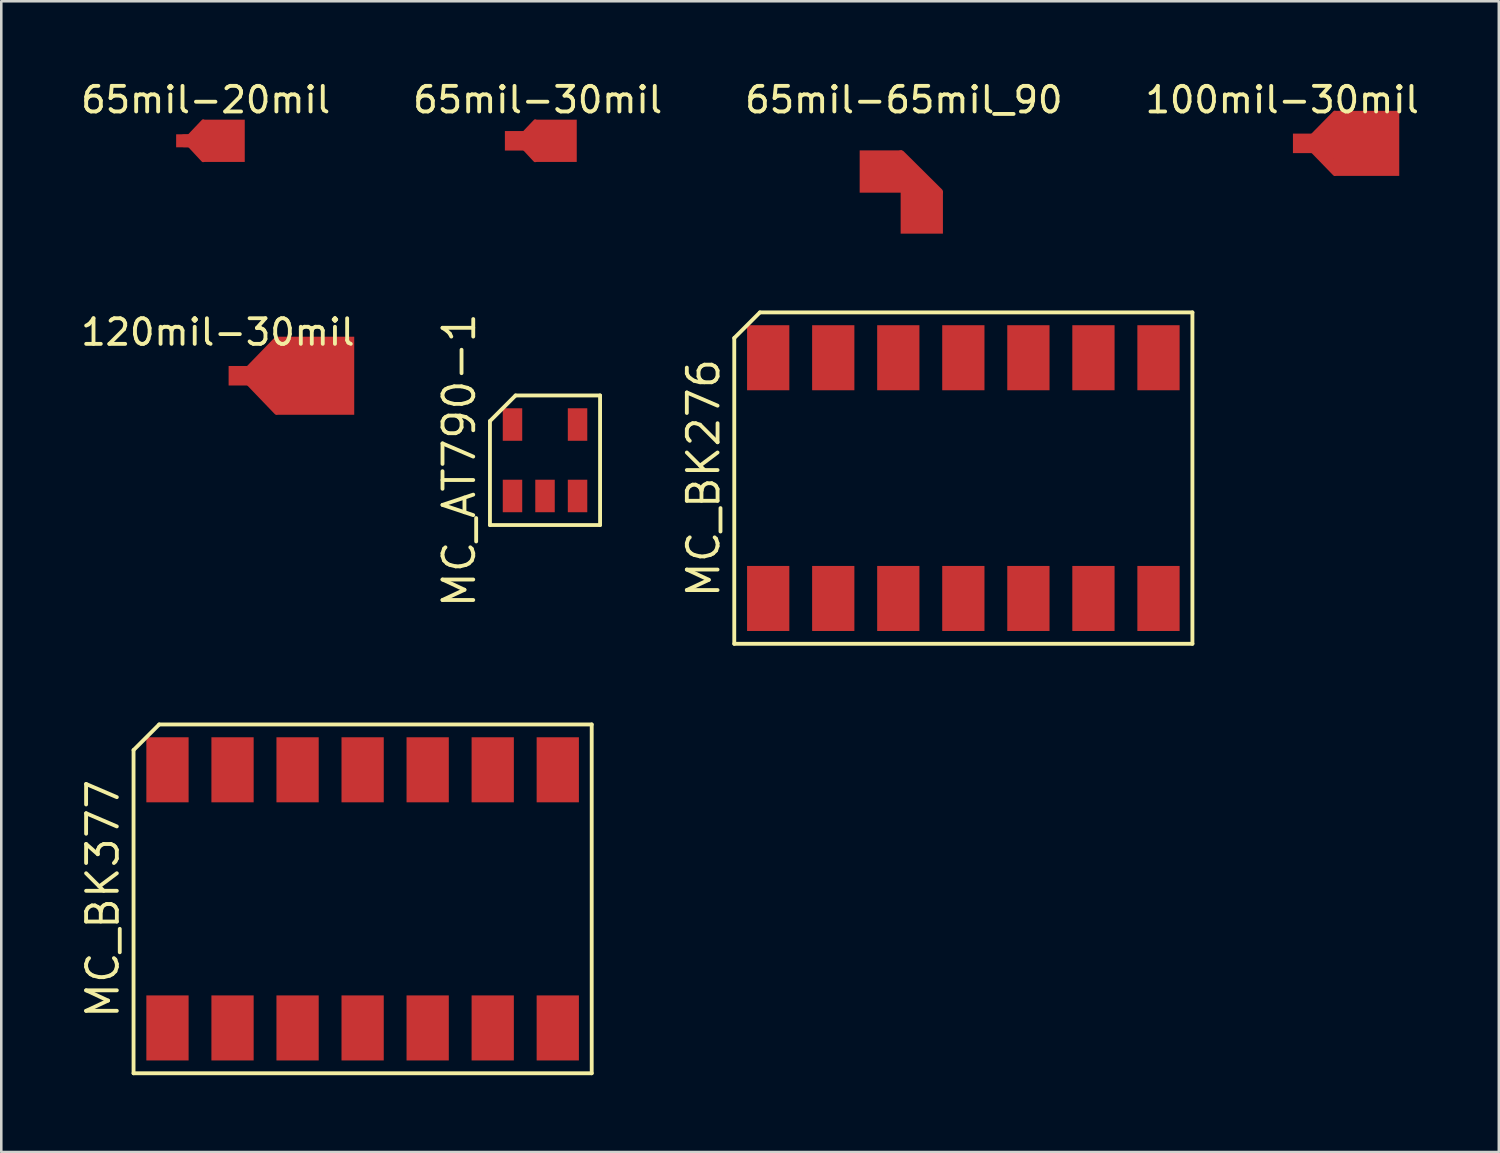
<source format=kicad_pcb>
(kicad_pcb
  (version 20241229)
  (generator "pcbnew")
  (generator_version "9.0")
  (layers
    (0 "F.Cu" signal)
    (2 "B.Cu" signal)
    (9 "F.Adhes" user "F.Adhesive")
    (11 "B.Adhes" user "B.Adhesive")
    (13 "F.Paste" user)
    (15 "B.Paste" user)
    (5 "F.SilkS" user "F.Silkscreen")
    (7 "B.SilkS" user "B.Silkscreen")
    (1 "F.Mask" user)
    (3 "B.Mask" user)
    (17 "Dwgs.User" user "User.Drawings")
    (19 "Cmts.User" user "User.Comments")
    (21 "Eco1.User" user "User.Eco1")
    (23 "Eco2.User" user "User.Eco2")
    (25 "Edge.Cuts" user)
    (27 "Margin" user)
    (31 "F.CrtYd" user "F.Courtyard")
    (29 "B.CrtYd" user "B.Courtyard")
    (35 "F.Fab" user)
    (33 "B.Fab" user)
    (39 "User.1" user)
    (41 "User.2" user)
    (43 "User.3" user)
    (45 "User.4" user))
  (footprint "MC_BK377"
    (layer "F.Cu")
    (at 11.11 32.049)
    (property "Reference" "MC_BK377" (at -10.145 0 90) (layer "F.SilkS") (effects (font (size 1.2 1.2) (thickness 0.15))))
    (attr through_hole)
    (fp_line (start -8.945 -5.81) (end -8.945 6.81) (stroke (width 0.15) (type solid)) (layer "F.SilkS"))
    (fp_line (start -8.945 6.81) (end 8.945 6.81) (stroke (width 0.15) (type solid)) (layer "F.SilkS"))
    (fp_line (start -7.945 -6.81) (end -8.945 -5.81) (stroke (width 0.15) (type solid)) (layer "F.SilkS"))
    (fp_line (start 8.945 -6.81) (end -7.945 -6.81) (stroke (width 0.15) (type solid)) (layer "F.SilkS"))
    (fp_line (start 8.945 6.81) (end 8.945 -6.81) (stroke (width 0.15) (type solid)) (layer "F.SilkS"))
    (pad "1" smd rect (at -7.62 5.04) (size 1.65 2.54) (layers "F.Cu" "F.Mask" "F.Paste"))
    (pad "2" smd rect (at -5.08 5.04) (size 1.65 2.54) (layers "F.Cu" "F.Mask" "F.Paste"))
    (pad "3" smd rect (at -2.54 5.04) (size 1.65 2.54) (layers "F.Cu" "F.Mask" "F.Paste"))
    (pad "4" smd rect (at 0 5.04) (size 1.65 2.54) (layers "F.Cu" "F.Mask" "F.Paste"))
    (pad "5" smd rect (at 2.54 5.04) (size 1.65 2.54) (layers "F.Cu" "F.Mask" "F.Paste"))
    (pad "6" smd rect (at 5.08 5.04) (size 1.65 2.54) (layers "F.Cu" "F.Mask" "F.Paste"))
    (pad "7" smd rect (at 7.62 5.04) (size 1.65 2.54) (layers "F.Cu" "F.Mask" "F.Paste"))
    (pad "8" smd rect (at 7.62 -5.04) (size 1.65 2.54) (layers "F.Cu" "F.Mask" "F.Paste"))
    (pad "9" smd rect (at 5.08 -5.04) (size 1.65 2.54) (layers "F.Cu" "F.Mask" "F.Paste"))
    (pad "10" smd rect (at 2.54 -5.04) (size 1.65 2.54) (layers "F.Cu" "F.Mask" "F.Paste"))
    (pad "11" smd rect (at 0 -5.04) (size 1.65 2.54) (layers "F.Cu" "F.Mask" "F.Paste"))
    (pad "12" smd rect (at -2.54 -5.04) (size 1.65 2.54) (layers "F.Cu" "F.Mask" "F.Paste"))
    (pad "13" smd rect (at -5.08 -5.04) (size 1.65 2.54) (layers "F.Cu" "F.Mask" "F.Paste"))
    (pad "14" smd rect (at -7.62 -5.04) (size 1.65 2.54) (layers "F.Cu" "F.Mask" "F.Paste")))
  (footprint "MC_AT790-1"
    (layer "F.Cu")
    (at 18.232 14.922)
    (property "Reference" "MC_AT790-1" (at -3.35 0 90) (layer "F.SilkS") (effects (font (size 1.2 1.2) (thickness 0.15))))
    (attr through_hole)
    (fp_line (start -2.15 -1.53) (end -2.15 2.53) (stroke (width 0.15) (type solid)) (layer "F.SilkS"))
    (fp_line (start -2.15 2.53) (end 2.15 2.53) (stroke (width 0.15) (type solid)) (layer "F.SilkS"))
    (fp_line (start -1.15 -2.53) (end -2.15 -1.53) (stroke (width 0.15) (type solid)) (layer "F.SilkS"))
    (fp_line (start 2.15 -2.53) (end -1.15 -2.53) (stroke (width 0.15) (type solid)) (layer "F.SilkS"))
    (fp_line (start 2.15 2.53) (end 2.15 -2.53) (stroke (width 0.15) (type solid)) (layer "F.SilkS"))
    (pad "1" smd rect (at -1.27 1.395) (size 0.76 1.27) (layers "F.Cu" "F.Mask" "F.Paste"))
    (pad "2" smd rect (at 0 1.395) (size 0.76 1.27) (layers "F.Cu" "F.Mask" "F.Paste"))
    (pad "3" smd rect (at 1.27 1.395) (size 0.76 1.27) (layers "F.Cu" "F.Mask" "F.Paste"))
    (pad "4" smd rect (at 1.27 -1.395) (size 0.76 1.27) (layers "F.Cu" "F.Mask" "F.Paste"))
    (pad "6" smd rect (at -1.27 -1.395) (size 0.76 1.27) (layers "F.Cu" "F.Mask" "F.Paste")))
  (footprint "120mil-30mil"
    (layer "F.Cu")
    (at 6.658 11.622)
    (property "Reference" "120mil-30mil" (at -1.2 -1.7 0) (layer "F.SilkS") (effects (font (size 1 1) (thickness 0.15))))
    (attr through_hole)
    (fp_line (start -0.34 0) (end 1.33 0) (stroke (width 0.5) (type solid)) (layer "F.Cu"))
    (fp_line (start -0.16 -0.17) (end 1.08 -1.45) (stroke (width 0.15) (type solid)) (layer "F.Cu"))
    (fp_line (start 0.18 -0.24) (end 1.13 -1.16) (stroke (width 0.5) (type solid)) (layer "F.Cu"))
    (fp_line (start 0.52 -0.01) (end 1.47 -0.93) (stroke (width 0.5) (type solid)) (layer "F.Cu"))
    (fp_line (start 1.08 1.45) (end -0.14 0.18) (stroke (width 0.15) (type solid)) (layer "F.Cu"))
    (fp_line (start 1.17 1.19) (end 0.16 0.17) (stroke (width 0.5) (type solid)) (layer "F.Cu"))
    (fp_line (start 1.53 0.98) (end 0.52 -0.04) (stroke (width 0.5) (type solid)) (layer "F.Cu"))
    (pad "1" smd rect (at -0.4 0 90) (size 0.762 0.762) (layers "F.Cu"))
    (pad "2" smd rect (at 2.6 0 90) (size 3.048 3.048) (layers "F.Cu")))
  (footprint "65mil-65mil_90"
    (layer "F.Cu")
    (at 32.144 4.448)
    (property "Reference" "65mil-65mil_90" (at 0.1 -3.6 0) (layer "F.SilkS") (effects (font (size 1 1) (thickness 0.15))))
    (attr through_hole)
    (fp_line (start -0.28 -1.03) (end 0.95 0.24) (stroke (width 1) (type solid)) (layer "F.Cu"))
    (fp_line (start -0.01 -1.48) (end 1.48 0) (stroke (width 0.3) (type solid)) (layer "F.Cu"))
    (pad "1" smd rect (at -0.8 -0.8 90) (size 1.651 1.651) (layers "F.Cu"))
    (pad "2" smd rect (at 0.8 0.8 90) (size 1.651 1.651) (layers "F.Cu")))
  (footprint "MC_BK276"
    (layer "F.Cu")
    (at 34.567 15.619)
    (property "Reference" "MC_BK276" (at -10.145 0 90) (layer "F.SilkS") (effects (font (size 1.2 1.2) (thickness 0.15))))
    (attr through_hole)
    (fp_line (start -8.945 -5.47) (end -8.945 6.47) (stroke (width 0.15) (type solid)) (layer "F.SilkS"))
    (fp_line (start -8.945 6.47) (end 8.945 6.47) (stroke (width 0.15) (type solid)) (layer "F.SilkS"))
    (fp_line (start -7.945 -6.47) (end -8.945 -5.47) (stroke (width 0.15) (type solid)) (layer "F.SilkS"))
    (fp_line (start 8.945 -6.47) (end -7.945 -6.47) (stroke (width 0.15) (type solid)) (layer "F.SilkS"))
    (fp_line (start 8.945 6.47) (end 8.945 -6.47) (stroke (width 0.15) (type solid)) (layer "F.SilkS"))
    (pad "1" smd rect (at -7.62 4.7) (size 1.65 2.54) (layers "F.Cu" "F.Mask" "F.Paste"))
    (pad "2" smd rect (at -5.08 4.7) (size 1.65 2.54) (layers "F.Cu" "F.Mask" "F.Paste"))
    (pad "3" smd rect (at -2.54 4.7) (size 1.65 2.54) (layers "F.Cu" "F.Mask" "F.Paste"))
    (pad "4" smd rect (at 0 4.7) (size 1.65 2.54) (layers "F.Cu" "F.Mask" "F.Paste"))
    (pad "5" smd rect (at 2.54 4.7) (size 1.65 2.54) (layers "F.Cu" "F.Mask" "F.Paste"))
    (pad "6" smd rect (at 5.08 4.7) (size 1.65 2.54) (layers "F.Cu" "F.Mask" "F.Paste"))
    (pad "7" smd rect (at 7.62 4.7) (size 1.65 2.54) (layers "F.Cu" "F.Mask" "F.Paste"))
    (pad "8" smd rect (at 7.62 -4.7) (size 1.65 2.54) (layers "F.Cu" "F.Mask" "F.Paste"))
    (pad "9" smd rect (at 5.08 -4.7) (size 1.65 2.54) (layers "F.Cu" "F.Mask" "F.Paste"))
    (pad "10" smd rect (at 2.54 -4.7) (size 1.65 2.54) (layers "F.Cu" "F.Mask" "F.Paste"))
    (pad "11" smd rect (at 0 -4.7) (size 1.65 2.54) (layers "F.Cu" "F.Mask" "F.Paste"))
    (pad "12" smd rect (at -2.54 -4.7) (size 1.65 2.54) (layers "F.Cu" "F.Mask" "F.Paste"))
    (pad "13" smd rect (at -5.08 -4.7) (size 1.65 2.54) (layers "F.Cu" "F.Mask" "F.Paste"))
    (pad "14" smd rect (at -7.62 -4.7) (size 1.65 2.54) (layers "F.Cu" "F.Mask" "F.Paste")))
  (footprint "65mil-20mil"
    (layer "F.Cu")
    (at 4.482 2.448)
    (property "Reference" "65mil-20mil" (at 0.5 -1.6 0) (layer "F.SilkS") (effects (font (size 1 1) (thickness 0.15))))
    (attr through_hole)
    (fp_line (start -0.34 0) (end 0.58 0) (stroke (width 0.5) (type solid)) (layer "F.Cu"))
    (fp_line (start -0.16 -0.17) (end 0.4 -0.76) (stroke (width 0.15) (type solid)) (layer "F.Cu"))
    (fp_line (start 0.18 -0.24) (end 0.47 -0.52) (stroke (width 0.5) (type solid)) (layer "F.Cu"))
    (fp_line (start 0.4 0.76) (end -0.14 0.18) (stroke (width 0.15) (type solid)) (layer "F.Cu"))
    (fp_line (start 0.44 0.46) (end 0.16 0.17) (stroke (width 0.5) (type solid)) (layer "F.Cu"))
    (pad "1" smd rect (at -0.4 0 90) (size 0.508 0.508) (layers "F.Cu"))
    (pad "2" smd rect (at 1.2 0 90) (size 1.65 1.65) (layers "F.Cu")))
  (footprint "65mil-30mil"
    (layer "F.Cu")
    (at 17.446 2.448)
    (property "Reference" "65mil-30mil" (at 0.5 -1.6 0) (layer "F.SilkS") (effects (font (size 1 1) (thickness 0.15))))
    (attr through_hole)
    (fp_line (start -0.34 0) (end 0.58 0) (stroke (width 0.5) (type solid)) (layer "F.Cu"))
    (fp_line (start -0.16 -0.17) (end 0.4 -0.76) (stroke (width 0.15) (type solid)) (layer "F.Cu"))
    (fp_line (start 0.18 -0.24) (end 0.47 -0.52) (stroke (width 0.5) (type solid)) (layer "F.Cu"))
    (fp_line (start 0.4 0.76) (end -0.14 0.18) (stroke (width 0.15) (type solid)) (layer "F.Cu"))
    (fp_line (start 0.44 0.46) (end 0.16 0.17) (stroke (width 0.5) (type solid)) (layer "F.Cu"))
    (pad "1" smd rect (at -0.4 0 90) (size 0.762 0.762) (layers "F.Cu"))
    (pad "2" smd rect (at 1.2 0 90) (size 1.65 1.65) (layers "F.Cu")))
  (footprint "100mil-30mil"
    (layer "F.Cu")
    (at 48.218 2.548)
    (property "Reference" "100mil-30mil" (at -1.2 -1.7 0) (layer "F.SilkS") (effects (font (size 1 1) (thickness 0.15))))
    (attr through_hole)
    (fp_line (start -0.34 0) (end 1.33 0) (stroke (width 0.5) (type solid)) (layer "F.Cu"))
    (fp_line (start -0.16 -0.17) (end 0.85 -1.2) (stroke (width 0.15) (type solid)) (layer "F.Cu"))
    (fp_line (start 0.18 -0.24) (end 0.96 -0.97) (stroke (width 0.5) (type solid)) (layer "F.Cu"))
    (fp_line (start 0.52 -0.01) (end 1.47 -0.93) (stroke (width 0.5) (type solid)) (layer "F.Cu"))
    (fp_line (start 0.85 1.2) (end -0.14 0.18) (stroke (width 0.15) (type solid)) (layer "F.Cu"))
    (fp_line (start 0.98 0.97) (end 0.16 0.17) (stroke (width 0.5) (type solid)) (layer "F.Cu"))
    (fp_line (start 1.53 0.98) (end 0.52 -0.04) (stroke (width 0.5) (type solid)) (layer "F.Cu"))
    (pad "1" smd rect (at -0.4 0 90) (size 0.762 0.762) (layers "F.Cu"))
    (pad "2" smd rect (at 2.1 0 90) (size 2.54 2.54) (layers "F.Cu")))
  (gr_rect
    (start -3 -3)
    (end 55.476 41.934)
    (stroke (width 0.1) (type default))
    (fill no)
    (layer "Edge.Cuts")))
</source>
